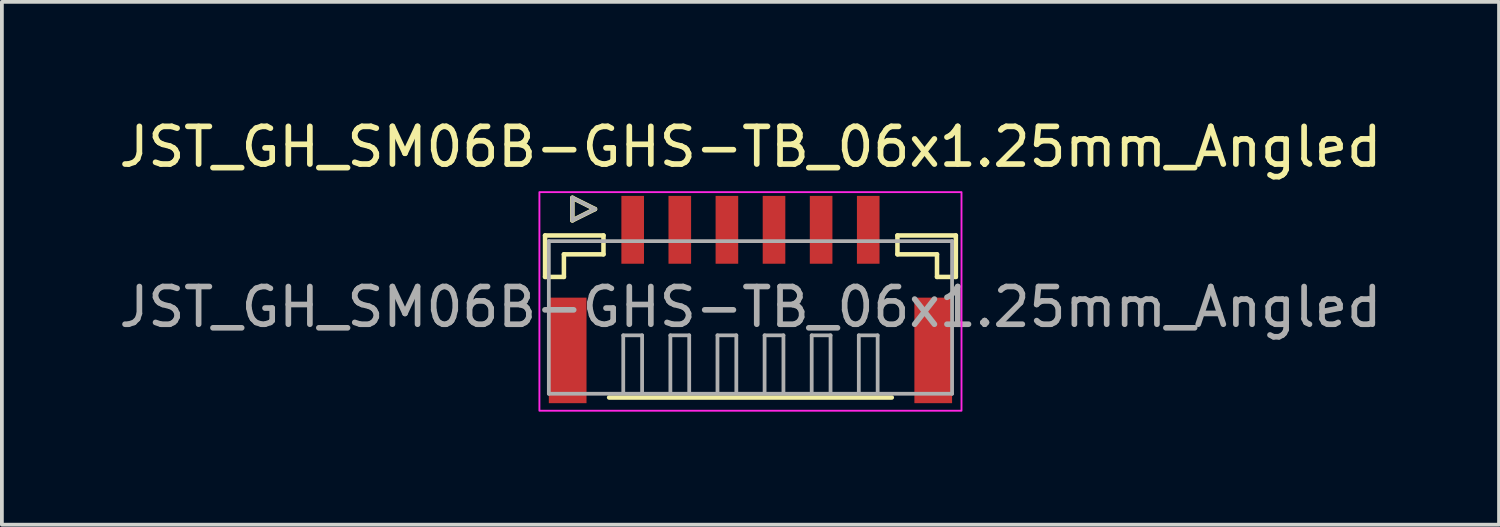
<source format=kicad_pcb>
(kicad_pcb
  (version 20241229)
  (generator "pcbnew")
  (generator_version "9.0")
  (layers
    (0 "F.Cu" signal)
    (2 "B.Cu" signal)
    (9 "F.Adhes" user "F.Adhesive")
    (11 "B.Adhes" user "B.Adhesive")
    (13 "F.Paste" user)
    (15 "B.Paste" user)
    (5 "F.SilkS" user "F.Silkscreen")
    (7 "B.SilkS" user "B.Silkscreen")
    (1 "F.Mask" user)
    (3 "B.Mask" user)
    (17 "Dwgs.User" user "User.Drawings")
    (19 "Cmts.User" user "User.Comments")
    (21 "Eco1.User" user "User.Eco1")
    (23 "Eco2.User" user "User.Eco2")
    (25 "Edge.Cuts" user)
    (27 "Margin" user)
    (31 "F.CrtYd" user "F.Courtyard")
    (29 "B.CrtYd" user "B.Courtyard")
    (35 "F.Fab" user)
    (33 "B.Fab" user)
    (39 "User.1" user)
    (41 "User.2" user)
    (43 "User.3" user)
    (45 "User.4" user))
  (footprint "JST_GH_SM06B-GHS-TB_06x1.25mm_Angled"
    (layer "F.Cu")
    (at 16.863 4.648)
    (property "Reference" "JST_GH_SM06B-GHS-TB_06x1.25mm_Angled" (at 0 -3.8 0) (layer "F.SilkS") (effects (font (size 1 1) (thickness 0.15))))
    (attr smd)
    (fp_line (start -5.45 -1.45) (end -3.9 -1.45) (stroke (width 0.12) (type solid)) (layer "F.SilkS"))
    (fp_line (start -5.45 -0.35) (end -5.45 -1.45) (stroke (width 0.12) (type solid)) (layer "F.SilkS"))
    (fp_line (start -4.95 -0.95) (end -4.95 -0.35) (stroke (width 0.12) (type solid)) (layer "F.SilkS"))
    (fp_line (start -4.95 -0.35) (end -5.45 -0.35) (stroke (width 0.12) (type solid)) (layer "F.SilkS"))
    (fp_line (start -4.725 -2.45) (end -4.725 -1.85) (stroke (width 0.12) (type solid)) (layer "F.SilkS"))
    (fp_line (start -4.725 -1.85) (end -4.125 -2.15) (stroke (width 0.12) (type solid)) (layer "F.SilkS"))
    (fp_line (start -4.125 -2.15) (end -4.725 -2.45) (stroke (width 0.12) (type solid)) (layer "F.SilkS"))
    (fp_line (start -3.9 -1.45) (end -3.9 -0.95) (stroke (width 0.12) (type solid)) (layer "F.SilkS"))
    (fp_line (start -3.9 -0.95) (end -4.95 -0.95) (stroke (width 0.12) (type solid)) (layer "F.SilkS"))
    (fp_line (start -3.75 2.85) (end 3.75 2.85) (stroke (width 0.12) (type solid)) (layer "F.SilkS"))
    (fp_line (start 3.9 -1.45) (end 3.9 -0.95) (stroke (width 0.12) (type solid)) (layer "F.SilkS"))
    (fp_line (start 3.9 -0.95) (end 4.95 -0.95) (stroke (width 0.12) (type solid)) (layer "F.SilkS"))
    (fp_line (start 4.95 -0.95) (end 4.95 -0.35) (stroke (width 0.12) (type solid)) (layer "F.SilkS"))
    (fp_line (start 4.95 -0.35) (end 5.45 -0.35) (stroke (width 0.12) (type solid)) (layer "F.SilkS"))
    (fp_line (start 5.45 -1.45) (end 3.9 -1.45) (stroke (width 0.12) (type solid)) (layer "F.SilkS"))
    (fp_line (start 5.45 -0.35) (end 5.45 -1.45) (stroke (width 0.12) (type solid)) (layer "F.SilkS"))
    (fp_rect (start -5.6 -2.6) (end 5.6 3.2) (stroke (width 0.05) (type solid)) (fill no) (layer "F.CrtYd"))
    (fp_line (start -5.35 -1.3) (end -5.35 2.75) (stroke (width 0.1) (type solid)) (layer "F.Fab"))
    (fp_line (start -5.35 2.75) (end 5.35 2.75) (stroke (width 0.1) (type solid)) (layer "F.Fab"))
    (fp_line (start -4.725 -2.45) (end -4.725 -1.85) (stroke (width 0.1) (type solid)) (layer "F.Fab"))
    (fp_line (start -4.725 -1.85) (end -4.125 -2.15) (stroke (width 0.1) (type solid)) (layer "F.Fab"))
    (fp_line (start -4.125 -2.15) (end -4.725 -2.45) (stroke (width 0.1) (type solid)) (layer "F.Fab"))
    (fp_line (start -3.375 1.2) (end -2.875 1.2) (stroke (width 0.1) (type solid)) (layer "F.Fab"))
    (fp_line (start -3.375 2.7) (end -3.375 1.2) (stroke (width 0.1) (type solid)) (layer "F.Fab"))
    (fp_line (start -2.875 1.2) (end -2.875 2.7) (stroke (width 0.1) (type solid)) (layer "F.Fab"))
    (fp_line (start -2.125 1.2) (end -1.625 1.2) (stroke (width 0.1) (type solid)) (layer "F.Fab"))
    (fp_line (start -2.125 2.7) (end -2.125 1.2) (stroke (width 0.1) (type solid)) (layer "F.Fab"))
    (fp_line (start -1.625 1.2) (end -1.625 2.7) (stroke (width 0.1) (type solid)) (layer "F.Fab"))
    (fp_line (start -0.875 1.2) (end -0.375 1.2) (stroke (width 0.1) (type solid)) (layer "F.Fab"))
    (fp_line (start -0.875 2.7) (end -0.875 1.2) (stroke (width 0.1) (type solid)) (layer "F.Fab"))
    (fp_line (start -0.375 1.2) (end -0.375 2.7) (stroke (width 0.1) (type solid)) (layer "F.Fab"))
    (fp_line (start 0.375 1.2) (end 0.875 1.2) (stroke (width 0.1) (type solid)) (layer "F.Fab"))
    (fp_line (start 0.375 2.7) (end 0.375 1.2) (stroke (width 0.1) (type solid)) (layer "F.Fab"))
    (fp_line (start 0.875 1.2) (end 0.875 2.7) (stroke (width 0.1) (type solid)) (layer "F.Fab"))
    (fp_line (start 1.625 1.2) (end 2.125 1.2) (stroke (width 0.1) (type solid)) (layer "F.Fab"))
    (fp_line (start 1.625 2.7) (end 1.625 1.2) (stroke (width 0.1) (type solid)) (layer "F.Fab"))
    (fp_line (start 2.125 1.2) (end 2.125 2.7) (stroke (width 0.1) (type solid)) (layer "F.Fab"))
    (fp_line (start 2.875 1.2) (end 3.375 1.2) (stroke (width 0.1) (type solid)) (layer "F.Fab"))
    (fp_line (start 2.875 2.7) (end 2.875 1.2) (stroke (width 0.1) (type solid)) (layer "F.Fab"))
    (fp_line (start 3.375 1.2) (end 3.375 2.7) (stroke (width 0.1) (type solid)) (layer "F.Fab"))
    (fp_line (start 5.35 -1.3) (end -5.35 -1.3) (stroke (width 0.1) (type solid)) (layer "F.Fab"))
    (fp_line (start 5.35 2.75) (end 5.35 -1.3) (stroke (width 0.1) (type solid)) (layer "F.Fab"))
    (fp_text user "${REFERENCE}" (at 0 0.45 0) (layer "F.Fab") (effects (font (size 1 1) (thickness 0.15))))
    (pad "" smd rect (at -4.85 1.6) (size 1 2.8) (layers "F.Cu" "F.Mask" "F.Paste"))
    (pad "" smd rect (at 4.85 1.6) (size 1 2.8) (layers "F.Cu" "F.Mask" "F.Paste"))
    (pad "1" smd rect (at -3.125 -1.6) (size 0.6 1.8) (layers "F.Cu" "F.Mask" "F.Paste"))
    (pad "2" smd rect (at -1.875 -1.6) (size 0.6 1.8) (layers "F.Cu" "F.Mask" "F.Paste"))
    (pad "3" smd rect (at -0.625 -1.6) (size 0.6 1.8) (layers "F.Cu" "F.Mask" "F.Paste"))
    (pad "4" smd rect (at 0.625 -1.6) (size 0.6 1.8) (layers "F.Cu" "F.Mask" "F.Paste"))
    (pad "5" smd rect (at 1.875 -1.6) (size 0.6 1.8) (layers "F.Cu" "F.Mask" "F.Paste"))
    (pad "6" smd rect (at 3.125 -1.6) (size 0.6 1.8) (layers "F.Cu" "F.Mask" "F.Paste")))
  (gr_rect
    (start -3 -3)
    (end 36.726 10.873)
    (stroke (width 0.1) (type default))
    (fill no)
    (layer "Edge.Cuts")))
</source>
